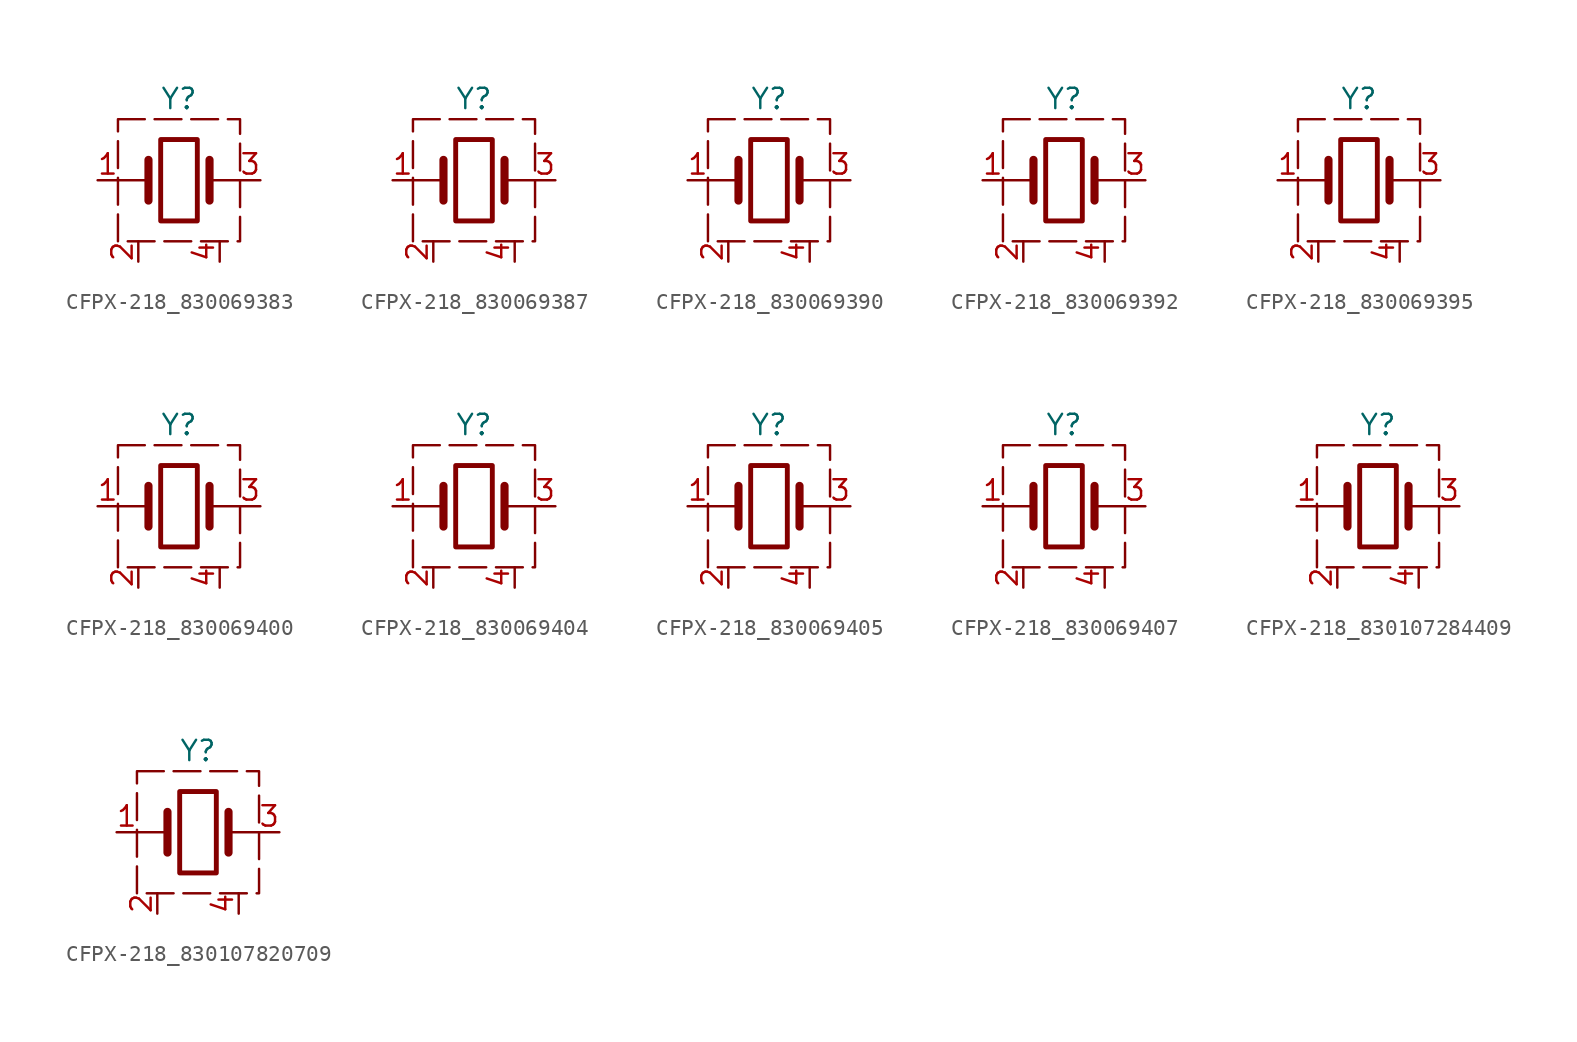
<source format=kicad_sym>
(kicad_symbol_lib
  (version 20220914)
  (generator kicad_symbol_editor)
  (symbol "CFPX-218_830069383"
    (pin_names hide)
    (property "Reference" "Y"
      (at 0 5.08 0)
      (effects (font (size 1.27 1.27))))
    (property "Critical Parameter" ""
      (at 0 -5.08 0)
      (effects (font (size 1.27 1.27)) (justify left)))
    (symbol "CFPX-218_830069383_0_1"
      (rectangle (start -1.143 2.54) (end 1.143 -2.54) (stroke (width 0.305) (type default)) (fill (type none)))
      (polyline (pts (xy -3.81 0) (xy -1.905 0)) (stroke (width 0) (type default)) (fill (type none)))
      (polyline (pts (xy -1.905 -1.27) (xy -1.905 1.27)) (stroke (width 0.508) (type default)) (fill (type none)))
      (polyline (pts (xy 1.905 -1.27) (xy 1.905 1.27)) (stroke (width 0.508) (type default)) (fill (type none)))
      (polyline (pts (xy 3.81 0) (xy 1.905 0)) (stroke (width 0) (type default)) (fill (type none))))
    (symbol "CFPX-218_830069383_1_1"
      (rectangle (start -3.81 3.81) (end 3.81 -3.81) (stroke (width 0) (type dash)) (fill (type none)))
      (pin passive line (at -5.08 0 0) (length 1.27) (name "1" (effects (font (size 1.27 1.27)))) (number "1" (effects (font (size 1.27 1.27)))))
      (pin passive line (at -2.54 -5.08 90) (length 1.27) (name "GND" (effects (font (size 1.27 1.27)))) (number "2" (effects (font (size 1.27 1.27)))))
      (pin passive line (at 5.08 0 180) (length 1.27) (name "3" (effects (font (size 1.27 1.27)))) (number "3" (effects (font (size 1.27 1.27)))))
      (pin passive line (at 2.54 -5.08 90) (length 1.27) (name "GND1" (effects (font (size 1.27 1.27)))) (number "4" (effects (font (size 1.27 1.27)))))))
  (symbol "CFPX-218_830069387"
    (pin_names hide)
    (property "Reference" "Y"
      (at 0 5.08 0)
      (effects (font (size 1.27 1.27))))
    (property "Critical Parameter" ""
      (at 0 -5.08 0)
      (effects (font (size 1.27 1.27)) (justify left)))
    (symbol "CFPX-218_830069387_0_1"
      (rectangle (start -1.143 2.54) (end 1.143 -2.54) (stroke (width 0.305) (type default)) (fill (type none)))
      (polyline (pts (xy -3.81 0) (xy -1.905 0)) (stroke (width 0) (type default)) (fill (type none)))
      (polyline (pts (xy -1.905 -1.27) (xy -1.905 1.27)) (stroke (width 0.508) (type default)) (fill (type none)))
      (polyline (pts (xy 1.905 -1.27) (xy 1.905 1.27)) (stroke (width 0.508) (type default)) (fill (type none)))
      (polyline (pts (xy 3.81 0) (xy 1.905 0)) (stroke (width 0) (type default)) (fill (type none))))
    (symbol "CFPX-218_830069387_1_1"
      (rectangle (start -3.81 3.81) (end 3.81 -3.81) (stroke (width 0) (type dash)) (fill (type none)))
      (pin passive line (at -5.08 0 0) (length 1.27) (name "1" (effects (font (size 1.27 1.27)))) (number "1" (effects (font (size 1.27 1.27)))))
      (pin passive line (at -2.54 -5.08 90) (length 1.27) (name "GND" (effects (font (size 1.27 1.27)))) (number "2" (effects (font (size 1.27 1.27)))))
      (pin passive line (at 5.08 0 180) (length 1.27) (name "3" (effects (font (size 1.27 1.27)))) (number "3" (effects (font (size 1.27 1.27)))))
      (pin passive line (at 2.54 -5.08 90) (length 1.27) (name "GND1" (effects (font (size 1.27 1.27)))) (number "4" (effects (font (size 1.27 1.27)))))))
  (symbol "CFPX-218_830069390"
    (pin_names hide)
    (property "Reference" "Y"
      (at 0 5.08 0)
      (effects (font (size 1.27 1.27))))
    (property "Critical Parameter" ""
      (at 0 -5.08 0)
      (effects (font (size 1.27 1.27)) (justify left)))
    (symbol "CFPX-218_830069390_0_1"
      (rectangle (start -1.143 2.54) (end 1.143 -2.54) (stroke (width 0.305) (type default)) (fill (type none)))
      (polyline (pts (xy -3.81 0) (xy -1.905 0)) (stroke (width 0) (type default)) (fill (type none)))
      (polyline (pts (xy -1.905 -1.27) (xy -1.905 1.27)) (stroke (width 0.508) (type default)) (fill (type none)))
      (polyline (pts (xy 1.905 -1.27) (xy 1.905 1.27)) (stroke (width 0.508) (type default)) (fill (type none)))
      (polyline (pts (xy 3.81 0) (xy 1.905 0)) (stroke (width 0) (type default)) (fill (type none))))
    (symbol "CFPX-218_830069390_1_1"
      (rectangle (start -3.81 3.81) (end 3.81 -3.81) (stroke (width 0) (type dash)) (fill (type none)))
      (pin passive line (at -5.08 0 0) (length 1.27) (name "1" (effects (font (size 1.27 1.27)))) (number "1" (effects (font (size 1.27 1.27)))))
      (pin passive line (at -2.54 -5.08 90) (length 1.27) (name "GND" (effects (font (size 1.27 1.27)))) (number "2" (effects (font (size 1.27 1.27)))))
      (pin passive line (at 5.08 0 180) (length 1.27) (name "3" (effects (font (size 1.27 1.27)))) (number "3" (effects (font (size 1.27 1.27)))))
      (pin passive line (at 2.54 -5.08 90) (length 1.27) (name "GND1" (effects (font (size 1.27 1.27)))) (number "4" (effects (font (size 1.27 1.27)))))))
  (symbol "CFPX-218_830069392"
    (pin_names hide)
    (property "Reference" "Y"
      (at 0 5.08 0)
      (effects (font (size 1.27 1.27))))
    (property "Critical Parameter" ""
      (at 0 -5.08 0)
      (effects (font (size 1.27 1.27)) (justify left)))
    (symbol "CFPX-218_830069392_0_1"
      (rectangle (start -1.143 2.54) (end 1.143 -2.54) (stroke (width 0.305) (type default)) (fill (type none)))
      (polyline (pts (xy -3.81 0) (xy -1.905 0)) (stroke (width 0) (type default)) (fill (type none)))
      (polyline (pts (xy -1.905 -1.27) (xy -1.905 1.27)) (stroke (width 0.508) (type default)) (fill (type none)))
      (polyline (pts (xy 1.905 -1.27) (xy 1.905 1.27)) (stroke (width 0.508) (type default)) (fill (type none)))
      (polyline (pts (xy 3.81 0) (xy 1.905 0)) (stroke (width 0) (type default)) (fill (type none))))
    (symbol "CFPX-218_830069392_1_1"
      (rectangle (start -3.81 3.81) (end 3.81 -3.81) (stroke (width 0) (type dash)) (fill (type none)))
      (pin passive line (at -5.08 0 0) (length 1.27) (name "1" (effects (font (size 1.27 1.27)))) (number "1" (effects (font (size 1.27 1.27)))))
      (pin passive line (at -2.54 -5.08 90) (length 1.27) (name "GND" (effects (font (size 1.27 1.27)))) (number "2" (effects (font (size 1.27 1.27)))))
      (pin passive line (at 5.08 0 180) (length 1.27) (name "3" (effects (font (size 1.27 1.27)))) (number "3" (effects (font (size 1.27 1.27)))))
      (pin passive line (at 2.54 -5.08 90) (length 1.27) (name "GND1" (effects (font (size 1.27 1.27)))) (number "4" (effects (font (size 1.27 1.27)))))))
  (symbol "CFPX-218_830069395"
    (pin_names hide)
    (property "Reference" "Y"
      (at 0 5.08 0)
      (effects (font (size 1.27 1.27))))
    (property "Critical Parameter" ""
      (at 0 -5.08 0)
      (effects (font (size 1.27 1.27)) (justify left)))
    (symbol "CFPX-218_830069395_0_1"
      (rectangle (start -1.143 2.54) (end 1.143 -2.54) (stroke (width 0.305) (type default)) (fill (type none)))
      (polyline (pts (xy -3.81 0) (xy -1.905 0)) (stroke (width 0) (type default)) (fill (type none)))
      (polyline (pts (xy -1.905 -1.27) (xy -1.905 1.27)) (stroke (width 0.508) (type default)) (fill (type none)))
      (polyline (pts (xy 1.905 -1.27) (xy 1.905 1.27)) (stroke (width 0.508) (type default)) (fill (type none)))
      (polyline (pts (xy 3.81 0) (xy 1.905 0)) (stroke (width 0) (type default)) (fill (type none))))
    (symbol "CFPX-218_830069395_1_1"
      (rectangle (start -3.81 3.81) (end 3.81 -3.81) (stroke (width 0) (type dash)) (fill (type none)))
      (pin passive line (at -5.08 0 0) (length 1.27) (name "1" (effects (font (size 1.27 1.27)))) (number "1" (effects (font (size 1.27 1.27)))))
      (pin passive line (at -2.54 -5.08 90) (length 1.27) (name "GND" (effects (font (size 1.27 1.27)))) (number "2" (effects (font (size 1.27 1.27)))))
      (pin passive line (at 5.08 0 180) (length 1.27) (name "3" (effects (font (size 1.27 1.27)))) (number "3" (effects (font (size 1.27 1.27)))))
      (pin passive line (at 2.54 -5.08 90) (length 1.27) (name "GND1" (effects (font (size 1.27 1.27)))) (number "4" (effects (font (size 1.27 1.27)))))))
  (symbol "CFPX-218_830069400"
    (pin_names hide)
    (property "Reference" "Y"
      (at 0 5.08 0)
      (effects (font (size 1.27 1.27))))
    (property "Critical Parameter" ""
      (at 0 -5.08 0)
      (effects (font (size 1.27 1.27)) (justify left)))
    (symbol "CFPX-218_830069400_0_1"
      (rectangle (start -1.143 2.54) (end 1.143 -2.54) (stroke (width 0.305) (type default)) (fill (type none)))
      (polyline (pts (xy -3.81 0) (xy -1.905 0)) (stroke (width 0) (type default)) (fill (type none)))
      (polyline (pts (xy -1.905 -1.27) (xy -1.905 1.27)) (stroke (width 0.508) (type default)) (fill (type none)))
      (polyline (pts (xy 1.905 -1.27) (xy 1.905 1.27)) (stroke (width 0.508) (type default)) (fill (type none)))
      (polyline (pts (xy 3.81 0) (xy 1.905 0)) (stroke (width 0) (type default)) (fill (type none))))
    (symbol "CFPX-218_830069400_1_1"
      (rectangle (start -3.81 3.81) (end 3.81 -3.81) (stroke (width 0) (type dash)) (fill (type none)))
      (pin passive line (at -5.08 0 0) (length 1.27) (name "1" (effects (font (size 1.27 1.27)))) (number "1" (effects (font (size 1.27 1.27)))))
      (pin passive line (at -2.54 -5.08 90) (length 1.27) (name "GND" (effects (font (size 1.27 1.27)))) (number "2" (effects (font (size 1.27 1.27)))))
      (pin passive line (at 5.08 0 180) (length 1.27) (name "3" (effects (font (size 1.27 1.27)))) (number "3" (effects (font (size 1.27 1.27)))))
      (pin passive line (at 2.54 -5.08 90) (length 1.27) (name "GND1" (effects (font (size 1.27 1.27)))) (number "4" (effects (font (size 1.27 1.27)))))))
  (symbol "CFPX-218_830069404"
    (pin_names hide)
    (property "Reference" "Y"
      (at 0 5.08 0)
      (effects (font (size 1.27 1.27))))
    (property "Critical Parameter" ""
      (at 0 -5.08 0)
      (effects (font (size 1.27 1.27)) (justify left)))
    (symbol "CFPX-218_830069404_0_1"
      (rectangle (start -1.143 2.54) (end 1.143 -2.54) (stroke (width 0.305) (type default)) (fill (type none)))
      (polyline (pts (xy -3.81 0) (xy -1.905 0)) (stroke (width 0) (type default)) (fill (type none)))
      (polyline (pts (xy -1.905 -1.27) (xy -1.905 1.27)) (stroke (width 0.508) (type default)) (fill (type none)))
      (polyline (pts (xy 1.905 -1.27) (xy 1.905 1.27)) (stroke (width 0.508) (type default)) (fill (type none)))
      (polyline (pts (xy 3.81 0) (xy 1.905 0)) (stroke (width 0) (type default)) (fill (type none))))
    (symbol "CFPX-218_830069404_1_1"
      (rectangle (start -3.81 3.81) (end 3.81 -3.81) (stroke (width 0) (type dash)) (fill (type none)))
      (pin passive line (at -5.08 0 0) (length 1.27) (name "1" (effects (font (size 1.27 1.27)))) (number "1" (effects (font (size 1.27 1.27)))))
      (pin passive line (at -2.54 -5.08 90) (length 1.27) (name "GND" (effects (font (size 1.27 1.27)))) (number "2" (effects (font (size 1.27 1.27)))))
      (pin passive line (at 5.08 0 180) (length 1.27) (name "3" (effects (font (size 1.27 1.27)))) (number "3" (effects (font (size 1.27 1.27)))))
      (pin passive line (at 2.54 -5.08 90) (length 1.27) (name "GND1" (effects (font (size 1.27 1.27)))) (number "4" (effects (font (size 1.27 1.27)))))))
  (symbol "CFPX-218_830069405"
    (pin_names hide)
    (property "Reference" "Y"
      (at 0 5.08 0)
      (effects (font (size 1.27 1.27))))
    (property "Critical Parameter" ""
      (at 0 -5.08 0)
      (effects (font (size 1.27 1.27)) (justify left)))
    (symbol "CFPX-218_830069405_0_1"
      (rectangle (start -1.143 2.54) (end 1.143 -2.54) (stroke (width 0.305) (type default)) (fill (type none)))
      (polyline (pts (xy -3.81 0) (xy -1.905 0)) (stroke (width 0) (type default)) (fill (type none)))
      (polyline (pts (xy -1.905 -1.27) (xy -1.905 1.27)) (stroke (width 0.508) (type default)) (fill (type none)))
      (polyline (pts (xy 1.905 -1.27) (xy 1.905 1.27)) (stroke (width 0.508) (type default)) (fill (type none)))
      (polyline (pts (xy 3.81 0) (xy 1.905 0)) (stroke (width 0) (type default)) (fill (type none))))
    (symbol "CFPX-218_830069405_1_1"
      (rectangle (start -3.81 3.81) (end 3.81 -3.81) (stroke (width 0) (type dash)) (fill (type none)))
      (pin passive line (at -5.08 0 0) (length 1.27) (name "1" (effects (font (size 1.27 1.27)))) (number "1" (effects (font (size 1.27 1.27)))))
      (pin passive line (at -2.54 -5.08 90) (length 1.27) (name "GND" (effects (font (size 1.27 1.27)))) (number "2" (effects (font (size 1.27 1.27)))))
      (pin passive line (at 5.08 0 180) (length 1.27) (name "3" (effects (font (size 1.27 1.27)))) (number "3" (effects (font (size 1.27 1.27)))))
      (pin passive line (at 2.54 -5.08 90) (length 1.27) (name "GND1" (effects (font (size 1.27 1.27)))) (number "4" (effects (font (size 1.27 1.27)))))))
  (symbol "CFPX-218_830069407"
    (pin_names hide)
    (property "Reference" "Y"
      (at 0 5.08 0)
      (effects (font (size 1.27 1.27))))
    (property "Critical Parameter" ""
      (at 0 -5.08 0)
      (effects (font (size 1.27 1.27)) (justify left)))
    (symbol "CFPX-218_830069407_0_1"
      (rectangle (start -1.143 2.54) (end 1.143 -2.54) (stroke (width 0.305) (type default)) (fill (type none)))
      (polyline (pts (xy -3.81 0) (xy -1.905 0)) (stroke (width 0) (type default)) (fill (type none)))
      (polyline (pts (xy -1.905 -1.27) (xy -1.905 1.27)) (stroke (width 0.508) (type default)) (fill (type none)))
      (polyline (pts (xy 1.905 -1.27) (xy 1.905 1.27)) (stroke (width 0.508) (type default)) (fill (type none)))
      (polyline (pts (xy 3.81 0) (xy 1.905 0)) (stroke (width 0) (type default)) (fill (type none))))
    (symbol "CFPX-218_830069407_1_1"
      (rectangle (start -3.81 3.81) (end 3.81 -3.81) (stroke (width 0) (type dash)) (fill (type none)))
      (pin passive line (at -5.08 0 0) (length 1.27) (name "1" (effects (font (size 1.27 1.27)))) (number "1" (effects (font (size 1.27 1.27)))))
      (pin passive line (at -2.54 -5.08 90) (length 1.27) (name "GND" (effects (font (size 1.27 1.27)))) (number "2" (effects (font (size 1.27 1.27)))))
      (pin passive line (at 5.08 0 180) (length 1.27) (name "3" (effects (font (size 1.27 1.27)))) (number "3" (effects (font (size 1.27 1.27)))))
      (pin passive line (at 2.54 -5.08 90) (length 1.27) (name "GND1" (effects (font (size 1.27 1.27)))) (number "4" (effects (font (size 1.27 1.27)))))))
  (symbol "CFPX-218_830107284409"
    (pin_names hide)
    (property "Reference" "Y"
      (at 0 5.08 0)
      (effects (font (size 1.27 1.27))))
    (property "Critical Parameter" ""
      (at 0 -5.08 0)
      (effects (font (size 1.27 1.27)) (justify left)))
    (symbol "CFPX-218_830107284409_0_1"
      (rectangle (start -1.143 2.54) (end 1.143 -2.54) (stroke (width 0.305) (type default)) (fill (type none)))
      (polyline (pts (xy -3.81 0) (xy -1.905 0)) (stroke (width 0) (type default)) (fill (type none)))
      (polyline (pts (xy -1.905 -1.27) (xy -1.905 1.27)) (stroke (width 0.508) (type default)) (fill (type none)))
      (polyline (pts (xy 1.905 -1.27) (xy 1.905 1.27)) (stroke (width 0.508) (type default)) (fill (type none)))
      (polyline (pts (xy 3.81 0) (xy 1.905 0)) (stroke (width 0) (type default)) (fill (type none))))
    (symbol "CFPX-218_830107284409_1_1"
      (rectangle (start -3.81 3.81) (end 3.81 -3.81) (stroke (width 0) (type dash)) (fill (type none)))
      (pin passive line (at -5.08 0 0) (length 1.27) (name "1" (effects (font (size 1.27 1.27)))) (number "1" (effects (font (size 1.27 1.27)))))
      (pin passive line (at -2.54 -5.08 90) (length 1.27) (name "GND" (effects (font (size 1.27 1.27)))) (number "2" (effects (font (size 1.27 1.27)))))
      (pin passive line (at 5.08 0 180) (length 1.27) (name "3" (effects (font (size 1.27 1.27)))) (number "3" (effects (font (size 1.27 1.27)))))
      (pin passive line (at 2.54 -5.08 90) (length 1.27) (name "GND1" (effects (font (size 1.27 1.27)))) (number "4" (effects (font (size 1.27 1.27)))))))
  (symbol "CFPX-218_830107820709"
    (pin_names hide)
    (property "Reference" "Y"
      (at 0 5.08 0)
      (effects (font (size 1.27 1.27))))
    (property "Critical Parameter" ""
      (at 0 -5.08 0)
      (effects (font (size 1.27 1.27)) (justify left)))
    (symbol "CFPX-218_830107820709_0_1"
      (rectangle (start -1.143 2.54) (end 1.143 -2.54) (stroke (width 0.305) (type default)) (fill (type none)))
      (polyline (pts (xy -3.81 0) (xy -1.905 0)) (stroke (width 0) (type default)) (fill (type none)))
      (polyline (pts (xy -1.905 -1.27) (xy -1.905 1.27)) (stroke (width 0.508) (type default)) (fill (type none)))
      (polyline (pts (xy 1.905 -1.27) (xy 1.905 1.27)) (stroke (width 0.508) (type default)) (fill (type none)))
      (polyline (pts (xy 3.81 0) (xy 1.905 0)) (stroke (width 0) (type default)) (fill (type none))))
    (symbol "CFPX-218_830107820709_1_1"
      (rectangle (start -3.81 3.81) (end 3.81 -3.81) (stroke (width 0) (type dash)) (fill (type none)))
      (pin passive line (at -5.08 0 0) (length 1.27) (name "1" (effects (font (size 1.27 1.27)))) (number "1" (effects (font (size 1.27 1.27)))))
      (pin passive line (at -2.54 -5.08 90) (length 1.27) (name "GND" (effects (font (size 1.27 1.27)))) (number "2" (effects (font (size 1.27 1.27)))))
      (pin passive line (at 5.08 0 180) (length 1.27) (name "3" (effects (font (size 1.27 1.27)))) (number "3" (effects (font (size 1.27 1.27)))))
      (pin passive line (at 2.54 -5.08 90) (length 1.27) (name "GND1" (effects (font (size 1.27 1.27)))) (number "4" (effects (font (size 1.27 1.27))))))))
</source>
